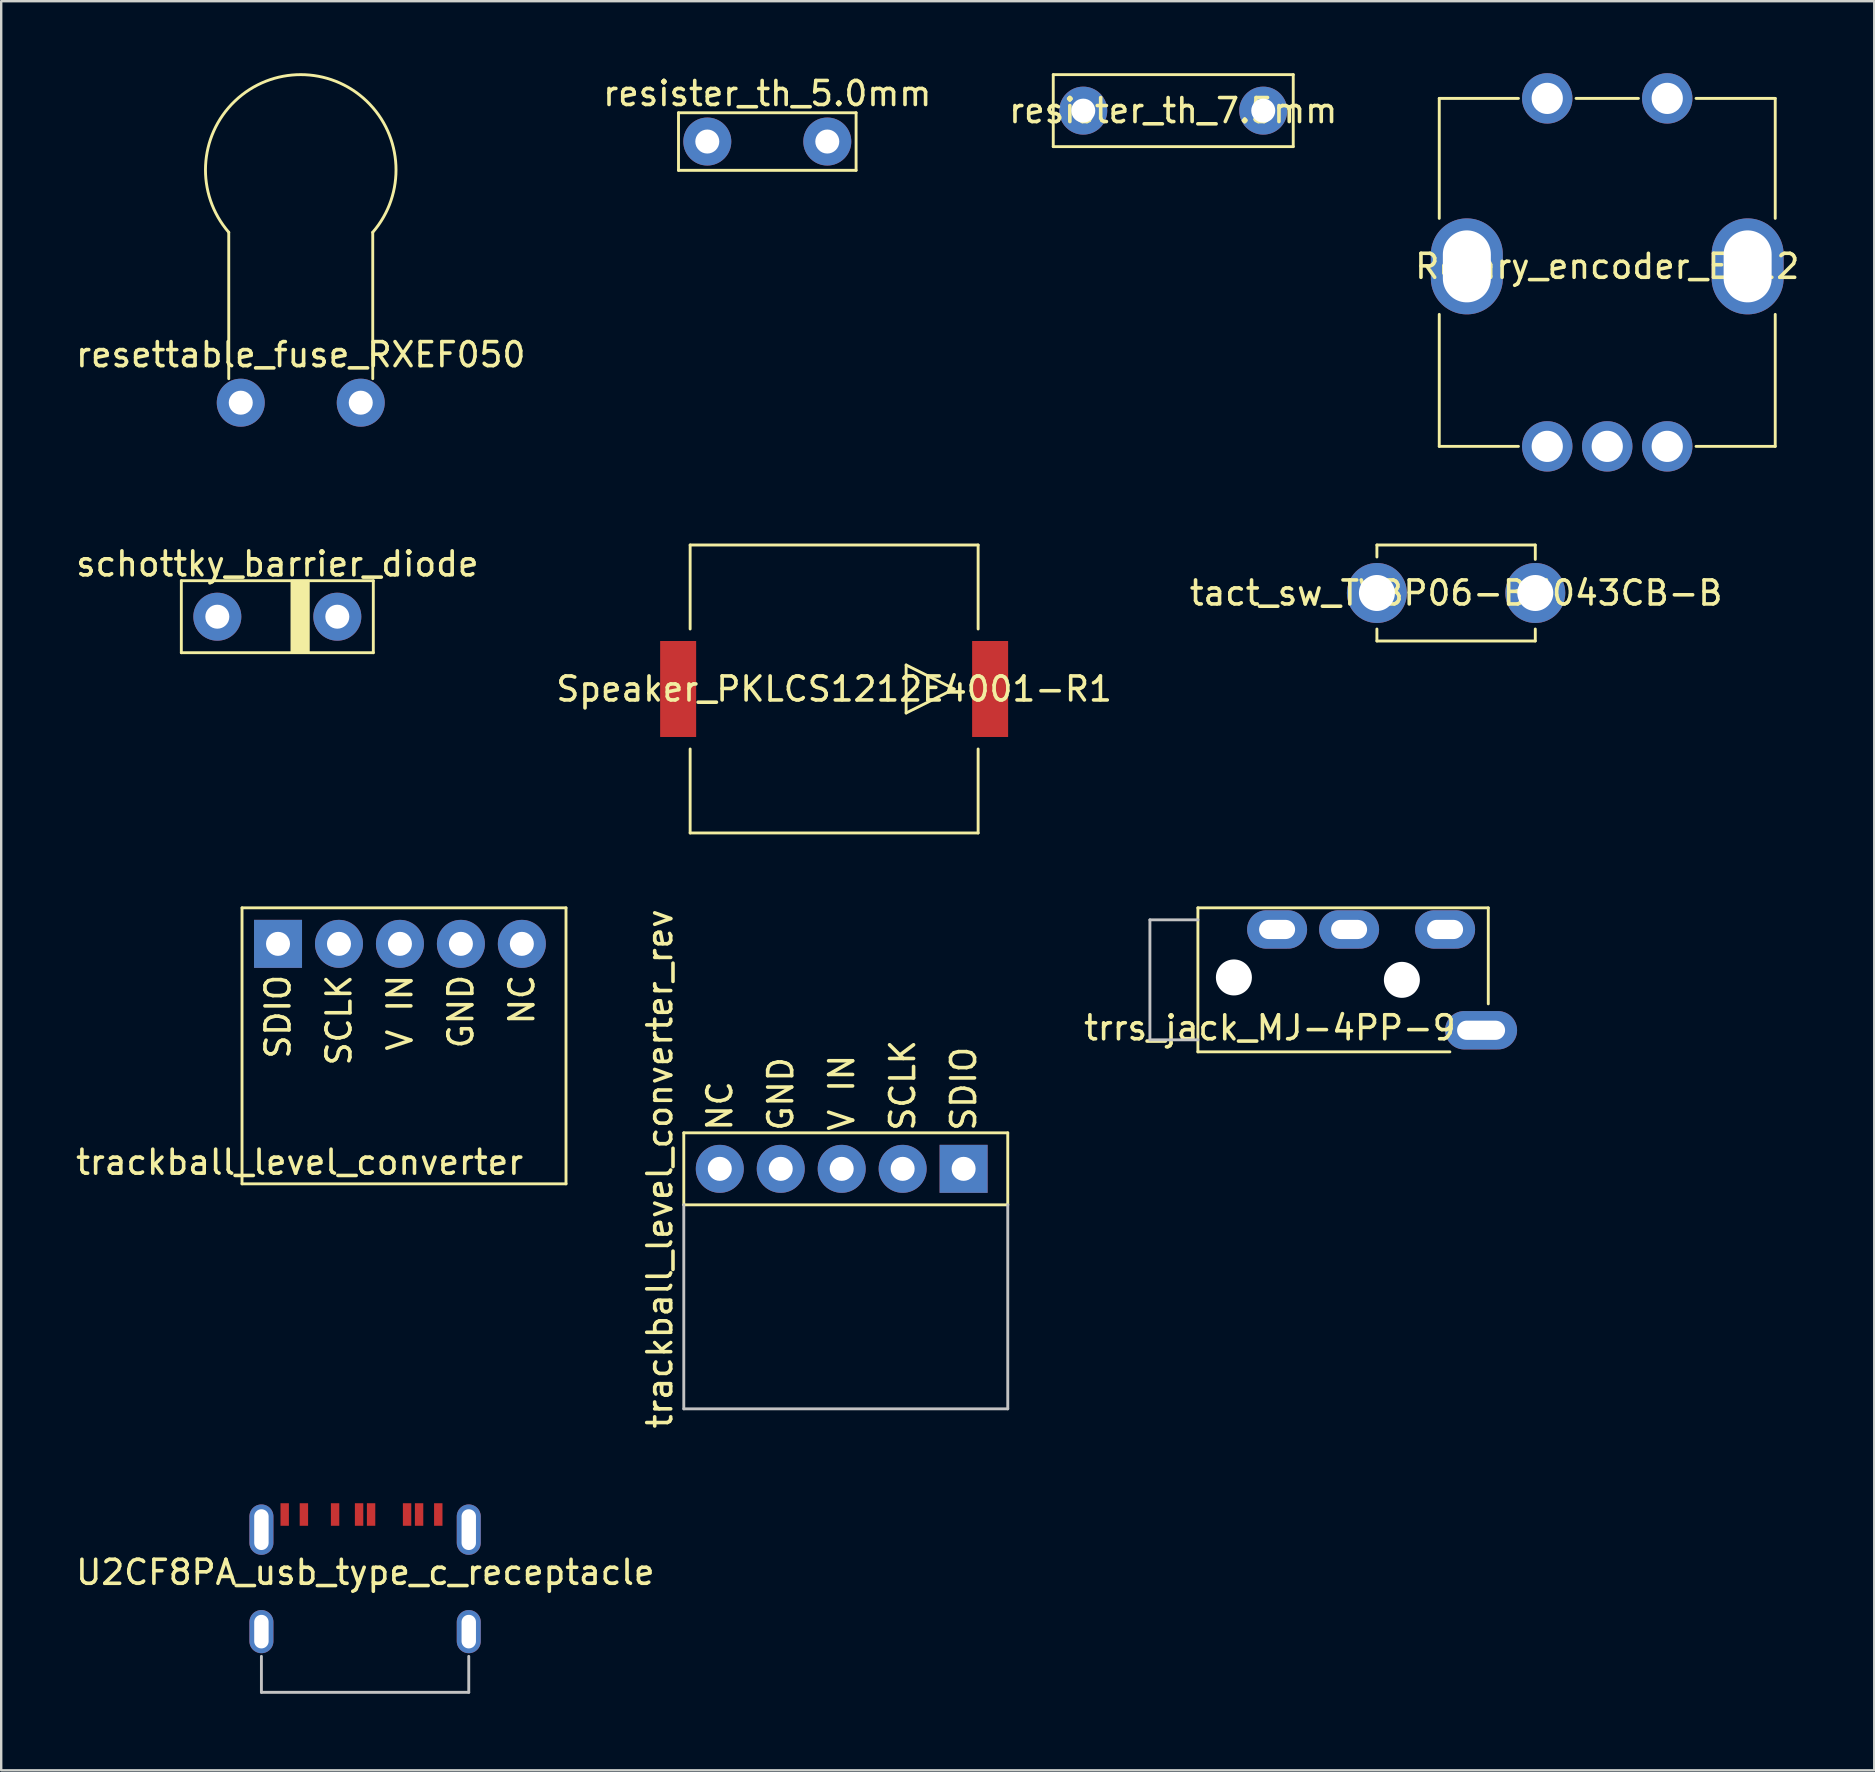
<source format=kicad_pcb>
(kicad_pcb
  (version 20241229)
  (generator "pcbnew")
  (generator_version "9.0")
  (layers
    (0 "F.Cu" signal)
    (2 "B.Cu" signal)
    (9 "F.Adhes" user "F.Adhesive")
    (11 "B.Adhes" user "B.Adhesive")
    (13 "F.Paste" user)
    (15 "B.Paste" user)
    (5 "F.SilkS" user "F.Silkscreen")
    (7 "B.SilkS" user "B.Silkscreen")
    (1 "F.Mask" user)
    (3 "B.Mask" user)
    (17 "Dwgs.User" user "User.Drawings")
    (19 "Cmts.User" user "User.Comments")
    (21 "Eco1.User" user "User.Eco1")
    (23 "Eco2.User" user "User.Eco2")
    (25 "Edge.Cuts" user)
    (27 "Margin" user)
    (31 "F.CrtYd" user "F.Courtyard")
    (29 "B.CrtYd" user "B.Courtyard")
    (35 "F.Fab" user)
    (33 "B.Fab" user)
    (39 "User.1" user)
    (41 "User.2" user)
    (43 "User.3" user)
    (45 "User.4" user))
  (footprint "Speaker_PKLCS1212E4001-R1"
    (layer "F.Cu")
    (at 31.708 25.66)
    (property "Reference" "Speaker_PKLCS1212E4001-R1" (at 0 0 0) (layer "F.SilkS") (effects (font (size 1 1) (thickness 0.15))))
    (attr through_hole)
    (fp_line (start -6 -6) (end 6 -6) (stroke (width 0.12) (type solid)) (layer "F.SilkS"))
    (fp_line (start -6 -2.5) (end -6 -6) (stroke (width 0.12) (type solid)) (layer "F.SilkS"))
    (fp_line (start -6 6) (end -6 2.5) (stroke (width 0.12) (type solid)) (layer "F.SilkS"))
    (fp_line (start 3 -1) (end 3 1) (stroke (width 0.12) (type solid)) (layer "F.SilkS"))
    (fp_line (start 3 1) (end 5 0) (stroke (width 0.12) (type solid)) (layer "F.SilkS"))
    (fp_line (start 5 0) (end 3 -1) (stroke (width 0.12) (type solid)) (layer "F.SilkS"))
    (fp_line (start 6 -6) (end 6 -2.5) (stroke (width 0.12) (type solid)) (layer "F.SilkS"))
    (fp_line (start 6 2.5) (end 6 6) (stroke (width 0.12) (type solid)) (layer "F.SilkS"))
    (fp_line (start 6 6) (end -6 6) (stroke (width 0.12) (type solid)) (layer "F.SilkS"))
    (pad "1" smd rect (at 6.5 0) (size 1.5 4) (layers "F.Cu" "F.Mask" "F.Paste"))
    (pad "2" smd rect (at -6.5 0) (size 1.5 4) (layers "F.Cu" "F.Mask" "F.Paste")))
  (footprint "tact_sw_TVBP06-BN043CB-B"
    (layer "F.Cu")
    (at 57.625 21.66)
    (property "Reference" "tact_sw_TVBP06-BN043CB-B" (at 0 0 0) (layer "F.SilkS") (effects (font (size 1 1) (thickness 0.15))))
    (attr through_hole)
    (fp_line (start -3.3 -2) (end -3.3 -1.5) (stroke (width 0.12) (type solid)) (layer "F.SilkS"))
    (fp_line (start -3.3 2) (end -3.3 1.5) (stroke (width 0.12) (type solid)) (layer "F.SilkS"))
    (fp_line (start 3.3 -2) (end -3.3 -2) (stroke (width 0.12) (type solid)) (layer "F.SilkS"))
    (fp_line (start 3.3 -2) (end 3.3 -1.4) (stroke (width 0.12) (type solid)) (layer "F.SilkS"))
    (fp_line (start 3.3 2) (end -3.3 2) (stroke (width 0.12) (type solid)) (layer "F.SilkS"))
    (fp_line (start 3.3 2) (end 3.3 1.5) (stroke (width 0.12) (type solid)) (layer "F.SilkS"))
    (pad "1" thru_hole circle (at 3.3 0) (size 2.5 2.5) (drill 1.5) (layers "*.Cu" "*.Mask"))
    (pad "2" thru_hole circle (at -3.3 0) (size 2.5 2.5) (drill 1.5) (layers "*.Cu" "*.Mask")))
  (footprint "U2CF8PA_usb_type_c_receptacle"
    (layer "F.Cu")
    (at 12.163 67.469)
    (property "Reference" "U2CF8PA_usb_type_c_receptacle" (at 0.01 -5 0) (layer "F.SilkS") (effects (font (size 1 1) (thickness 0.15))))
    (attr through_hole)
    (fp_line (start -4.32 0) (end -4.32 -1.5) (stroke (width 0.12) (type solid)) (layer "Dwgs.User"))
    (fp_line (start -4.32 0) (end 4.32 0) (stroke (width 0.12) (type solid)) (layer "Dwgs.User"))
    (fp_line (start 4.32 0) (end 4.32 -1.5) (stroke (width 0.12) (type solid)) (layer "Dwgs.User"))
    (pad "A5" smd rect (at -1.25 -7.41) (size 0.35 0.94) (layers "F.Cu" "F.Mask" "F.Paste"))
    (pad "A6" smd rect (at -0.25 -7.41) (size 0.35 0.94) (layers "F.Cu" "F.Mask" "F.Paste"))
    (pad "A7" smd rect (at 0.25 -7.41) (size 0.35 0.94) (layers "F.Cu" "F.Mask" "F.Paste"))
    (pad "A9" smd rect (at 2.25 -7.41) (size 0.35 0.94) (layers "F.Cu" "F.Mask" "F.Paste"))
    (pad "A12" smd rect (at 3.05 -7.41) (size 0.35 0.94) (layers "F.Cu" "F.Mask" "F.Paste"))
    (pad "B5" smd rect (at 1.75 -7.41) (size 0.35 0.94) (layers "F.Cu" "F.Mask" "F.Paste"))
    (pad "B9" smd rect (at -2.55 -7.41) (size 0.35 0.94) (layers "F.Cu" "F.Mask" "F.Paste"))
    (pad "B12" smd rect (at -3.35 -7.41) (size 0.35 0.94) (layers "F.Cu" "F.Mask" "F.Paste"))
    (pad "S1" thru_hole oval (at -4.32 -6.78) (size 1 2.1) (drill oval 0.6 1.7) (layers "*.Cu" "*.Mask"))
    (pad "S1" thru_hole oval (at -4.32 -2.53) (size 1 1.8) (drill oval 0.6 1.4) (layers "*.Cu" "*.Mask"))
    (pad "S1" thru_hole oval (at 4.32 -6.78) (size 1 2.1) (drill oval 0.6 1.7) (layers "*.Cu" "*.Mask"))
    (pad "S1" thru_hole oval (at 4.32 -2.53) (size 1 1.8) (drill oval 0.6 1.4) (layers "*.Cu" "*.Mask")))
  (footprint "resettable_fuse_RXEF050"
    (layer "F.Cu")
    (at 9.482 13.73)
    (property "Reference" "resettable_fuse_RXEF050" (at 0 -2 0) (layer "F.SilkS") (effects (font (size 1 1) (thickness 0.15))))
    (attr through_hole)
    (fp_line (start -3 -1) (end -3 -7.1) (stroke (width 0.12) (type solid)) (layer "F.SilkS"))
    (fp_line (start 3 -1) (end 3 -7.1) (stroke (width 0.12) (type solid)) (layer "F.SilkS"))
    (fp_arc (start -2.999999 -7.100001) (mid 0 -13.669885) (end 2.999999 -7.100001) (stroke (width 0.12) (type solid)) (layer "F.SilkS"))
    (pad "1" thru_hole circle (at 2.5 0) (size 2 2) (drill 1) (layers "*.Cu" "*.Mask"))
    (pad "2" thru_hole circle (at -2.5 0) (size 2 2) (drill 1) (layers "*.Cu" "*.Mask")))
  (footprint "resister_th_5.0mm"
    (layer "F.Cu")
    (at 28.923 2.848)
    (property "Reference" "resister_th_5.0mm" (at 0 -2 0) (layer "F.SilkS") (effects (font (size 1 1) (thickness 0.15))))
    (attr through_hole)
    (fp_line (start -3.7 -1.2) (end 3.7 -1.2) (stroke (width 0.12) (type solid)) (layer "F.SilkS"))
    (fp_line (start -3.7 1.2) (end -3.7 -1.2) (stroke (width 0.12) (type solid)) (layer "F.SilkS"))
    (fp_line (start 3.7 -1.2) (end 3.7 1.2) (stroke (width 0.12) (type solid)) (layer "F.SilkS"))
    (fp_line (start 3.7 1.2) (end -3.7 1.2) (stroke (width 0.12) (type solid)) (layer "F.SilkS"))
    (pad "1" thru_hole circle (at 2.5 0) (size 2 2) (drill 1) (layers "*.Cu" "*.Mask"))
    (pad "2" thru_hole circle (at -2.5 0) (size 2 2) (drill 1) (layers "*.Cu" "*.Mask")))
  (footprint "schottky_barrier_diode"
    (layer "F.Cu")
    (at 8.506 22.648)
    (property "Reference" "schottky_barrier_diode" (at 0 -2.2 0) (layer "F.SilkS") (effects (font (size 1 1) (thickness 0.15))))
    (attr through_hole)
    (fp_line (start -4 -1.5) (end -4 1.5) (stroke (width 0.12) (type solid)) (layer "F.SilkS"))
    (fp_line (start -4 1.5) (end 4 1.5) (stroke (width 0.12) (type solid)) (layer "F.SilkS"))
    (fp_line (start 4 -1.5) (end -4 -1.5) (stroke (width 0.12) (type solid)) (layer "F.SilkS"))
    (fp_line (start 4 1.5) (end 4 -1.5) (stroke (width 0.12) (type solid)) (layer "F.SilkS"))
    (fp_poly (pts (xy 1.3 1.5) (xy 0.6 1.5) (xy 0.6 -1.5) (xy 1.3 -1.5)) (stroke (width 0.1) (type solid)) (fill yes) (layer "F.SilkS"))
    (pad "1" thru_hole circle (at 2.5 0) (size 2 2) (drill 1) (layers "*.Cu" "*.Mask"))
    (pad "2" thru_hole circle (at -2.5 0) (size 2 2) (drill 1) (layers "*.Cu" "*.Mask")))
  (footprint "trackball_level_converter_rev"
    (layer "F.Cu")
    (at 26.943 45.655)
    (property "Reference" "trackball_level_converter_rev" (at -2.5 0 90) (layer "F.SilkS") (effects (font (size 1 1) (thickness 0.15))))
    (attr through_hole)
    (fp_line (start -1.5 -1.5) (end 12 -1.5) (stroke (width 0.12) (type solid)) (layer "F.SilkS"))
    (fp_line (start -1.5 1.5) (end -1.5 -1.5) (stroke (width 0.12) (type solid)) (layer "F.SilkS"))
    (fp_line (start -1.5 1.5) (end 12 1.5) (stroke (width 0.12) (type solid)) (layer "F.SilkS"))
    (fp_line (start 12 -1.5) (end 12 1.5) (stroke (width 0.12) (type solid)) (layer "F.SilkS"))
    (fp_line (start -1.5 10) (end -1.5 1.5) (stroke (width 0.12) (type solid)) (layer "Dwgs.User"))
    (fp_line (start 12 1.5) (end 12 10) (stroke (width 0.12) (type solid)) (layer "Dwgs.User"))
    (fp_line (start 12 10) (end -1.5 10) (stroke (width 0.12) (type solid)) (layer "Dwgs.User"))
    (fp_text user "SCLK" (at 7.62 -1.5 90) (layer "F.SilkS") (effects (font (size 1 1) (thickness 0.15)) (justify left)))
    (fp_text user "GND" (at 2.54 -1.5 90) (layer "F.SilkS") (effects (font (size 1 1) (thickness 0.15)) (justify left)))
    (fp_text user "SDIO" (at 10.16 -1.5 90) (layer "F.SilkS") (effects (font (size 1 1) (thickness 0.15)) (justify left)))
    (fp_text user "NC" (at 0 -1.5 90) (layer "F.SilkS") (effects (font (size 1 1) (thickness 0.15)) (justify left)))
    (fp_text user "V IN" (at 5.08 -1.5 90) (layer "F.SilkS") (effects (font (size 1 1) (thickness 0.15)) (justify left)))
    (pad "GND" thru_hole circle (at 2.54 0) (size 2 2) (drill 1) (layers "*.Cu" "*.Mask"))
    (pad "NC" thru_hole circle (at 0 0) (size 2 2) (drill 1) (layers "*.Cu" "*.Mask"))
    (pad "SCLK" thru_hole circle (at 7.62 0) (size 2 2) (drill 1) (layers "*.Cu" "*.Mask"))
    (pad "SDIO" thru_hole rect (at 10.16 0) (size 2 2) (drill 1) (layers "*.Cu" "*.Mask"))
    (pad "VIN" thru_hole circle (at 5.08 0) (size 2 2) (drill 1) (layers "*.Cu" "*.Mask")))
  (footprint "Rotary_encoder_EC12"
    (layer "F.Cu")
    (at 63.923 8.05)
    (property "Reference" "Rotary_encoder_EC12" (at 0 0 0) (layer "F.SilkS") (effects (font (size 1 1) (thickness 0.15))))
    (attr through_hole)
    (fp_line (start -7 -7) (end -7 -2) (stroke (width 0.12) (type solid)) (layer "F.SilkS"))
    (fp_line (start -7 2) (end -7 7.5) (stroke (width 0.12) (type solid)) (layer "F.SilkS"))
    (fp_line (start -7 7.5) (end -3.7 7.5) (stroke (width 0.12) (type solid)) (layer "F.SilkS"))
    (fp_line (start -3.7 -7) (end -7 -7) (stroke (width 0.12) (type solid)) (layer "F.SilkS"))
    (fp_line (start -1.3 -7) (end 1.3 -7) (stroke (width 0.12) (type solid)) (layer "F.SilkS"))
    (fp_line (start 3.7 -7) (end 7 -7) (stroke (width 0.12) (type solid)) (layer "F.SilkS"))
    (fp_line (start 7 -7) (end 7 -2) (stroke (width 0.12) (type solid)) (layer "F.SilkS"))
    (fp_line (start 7 2) (end 7 7.5) (stroke (width 0.12) (type solid)) (layer "F.SilkS"))
    (fp_line (start 7 7.5) (end 3.7 7.5) (stroke (width 0.12) (type solid)) (layer "F.SilkS"))
    (pad "" thru_hole oval (at -5.85 0) (size 3 4) (drill oval 2 3) (layers "*.Cu" "*.Mask"))
    (pad "" thru_hole oval (at 5.85 0) (size 3 4) (drill oval 2 3) (layers "*.Cu" "*.Mask"))
    (pad "A" thru_hole circle (at -2.5 7.5) (size 2.1 2.1) (drill 1.3) (layers "*.Cu" "*.Mask"))
    (pad "B" thru_hole circle (at 2.5 7.5) (size 2.1 2.1) (drill 1.3) (layers "*.Cu" "*.Mask"))
    (pad "C" thru_hole circle (at 0 7.5) (size 2.1 2.1) (drill 1.3) (layers "*.Cu" "*.Mask"))
    (pad "S1" thru_hole circle (at -2.5 -7) (size 2.1 2.1) (drill 1.3) (layers "*.Cu" "*.Mask"))
    (pad "S2" thru_hole circle (at 2.5 -7) (size 2.1 2.1) (drill 1.3) (layers "*.Cu" "*.Mask")))
  (footprint "resister_th_7.5mm"
    (layer "F.Cu")
    (at 45.839 1.56)
    (property "Reference" "resister_th_7.5mm" (at 0 0 0) (layer "F.SilkS") (effects (font (size 1 1) (thickness 0.15))))
    (attr through_hole)
    (fp_line (start -5 -1.5) (end -5 1.5) (stroke (width 0.12) (type solid)) (layer "F.SilkS"))
    (fp_line (start -5 -1.5) (end 5 -1.5) (stroke (width 0.12) (type solid)) (layer "F.SilkS"))
    (fp_line (start -5 1.5) (end 5 1.5) (stroke (width 0.12) (type solid)) (layer "F.SilkS"))
    (fp_line (start 5 -1.5) (end 5 1.5) (stroke (width 0.12) (type solid)) (layer "F.SilkS"))
    (pad "1" thru_hole circle (at 3.75 0) (size 2 2) (drill 1) (layers "*.Cu" "*.Mask"))
    (pad "2" thru_hole circle (at -3.75 0) (size 2 2) (drill 1) (layers "*.Cu" "*.Mask")))
  (footprint "trackball_level_converter"
    (layer "F.Cu")
    (at 8.535 36.28)
    (property "Reference" "trackball_level_converter" (at 0.9 9.1 0) (layer "F.SilkS") (effects (font (size 1 1) (thickness 0.15))))
    (attr through_hole)
    (fp_line (start -1.5 -1.5) (end 12 -1.5) (stroke (width 0.12) (type solid)) (layer "F.SilkS"))
    (fp_line (start -1.5 10) (end -1.5 -1.5) (stroke (width 0.12) (type solid)) (layer "F.SilkS"))
    (fp_line (start 12 -1.5) (end 12 10) (stroke (width 0.12) (type solid)) (layer "F.SilkS"))
    (fp_line (start 12 10) (end -1.5 10) (stroke (width 0.12) (type solid)) (layer "F.SilkS"))
    (fp_text user "SDIO" (at 0 1.2 90) (layer "F.SilkS") (effects (font (size 1 1) (thickness 0.15)) (justify right)))
    (fp_text user "NC" (at 10.16 1.2 90) (layer "F.SilkS") (effects (font (size 1 1) (thickness 0.15)) (justify right)))
    (fp_text user "V IN" (at 5.08 1.2 90) (layer "F.SilkS") (effects (font (size 1 1) (thickness 0.15)) (justify right)))
    (fp_text user "SCLK" (at 2.54 1.2 90) (layer "F.SilkS") (effects (font (size 1 1) (thickness 0.15)) (justify right)))
    (fp_text user "GND" (at 7.62 1.2 90) (layer "F.SilkS") (effects (font (size 1 1) (thickness 0.15)) (justify right)))
    (pad "GND" thru_hole circle (at 7.62 0) (size 2 2) (drill 1) (layers "*.Cu" "*.Mask"))
    (pad "NC" thru_hole circle (at 10.16 0) (size 2 2) (drill 1) (layers "*.Cu" "*.Mask"))
    (pad "SCLK" thru_hole circle (at 2.54 0) (size 2 2) (drill 1) (layers "*.Cu" "*.Mask"))
    (pad "SDIO" thru_hole rect (at 0 0) (size 2 2) (drill 1) (layers "*.Cu" "*.Mask"))
    (pad "VIN" thru_hole circle (at 5.08 0) (size 2 2) (drill 1) (layers "*.Cu" "*.Mask")))
  (footprint "trrs_jack_MJ-4PP-9"
    (layer "F.Cu")
    (at 46.866 37.78)
    (property "Reference" "trrs_jack_MJ-4PP-9" (at 3 2 0) (layer "F.SilkS") (effects (font (size 1 1) (thickness 0.15))))
    (attr through_hole)
    (fp_line (start 0 -3) (end 0 3) (stroke (width 0.12) (type solid)) (layer "F.SilkS"))
    (fp_line (start 0 -3) (end 12.1 -3) (stroke (width 0.12) (type solid)) (layer "F.SilkS"))
    (fp_line (start 10.5 3) (end 0 3) (stroke (width 0.12) (type solid)) (layer "F.SilkS"))
    (fp_line (start 12.1 1) (end 12.1 -3) (stroke (width 0.12) (type solid)) (layer "F.SilkS"))
    (fp_line (start -2 -2.5) (end -2 2.5) (stroke (width 0.12) (type solid)) (layer "Dwgs.User"))
    (fp_line (start -2 -2.5) (end 0 -2.5) (stroke (width 0.12) (type solid)) (layer "Dwgs.User"))
    (fp_line (start -2 2.5) (end 0 2.5) (stroke (width 0.12) (type solid)) (layer "Dwgs.User"))
    (pad "" np_thru_hole circle (at 1.5 -0.1) (size 1.5 1.5) (drill 1.5) (layers "*.Cu" "*.Mask"))
    (pad "" np_thru_hole circle (at 8.5 0) (size 1.5 1.5) (drill 1.5) (layers "*.Cu" "*.Mask"))
    (pad "A" thru_hole oval (at 11.8 2.1) (size 3 1.6) (drill oval 2 0.8) (layers "*.Cu" "*.Mask"))
    (pad "B" thru_hole oval (at 3.3 -2.1) (size 2.5 1.6) (drill oval 1.5 0.8) (layers "*.Cu" "*.Mask"))
    (pad "C" thru_hole oval (at 6.3 -2.1) (size 2.5 1.6) (drill oval 1.5 0.8) (layers "*.Cu" "*.Mask"))
    (pad "D" thru_hole oval (at 10.3 -2.1) (size 2.5 1.6) (drill oval 1.5 0.8) (layers "*.Cu" "*.Mask")))
  (gr_rect
    (start -3 -3)
    (end 75.048 70.719)
    (stroke (width 0.1) (type default))
    (fill no)
    (layer "Edge.Cuts")))
</source>
